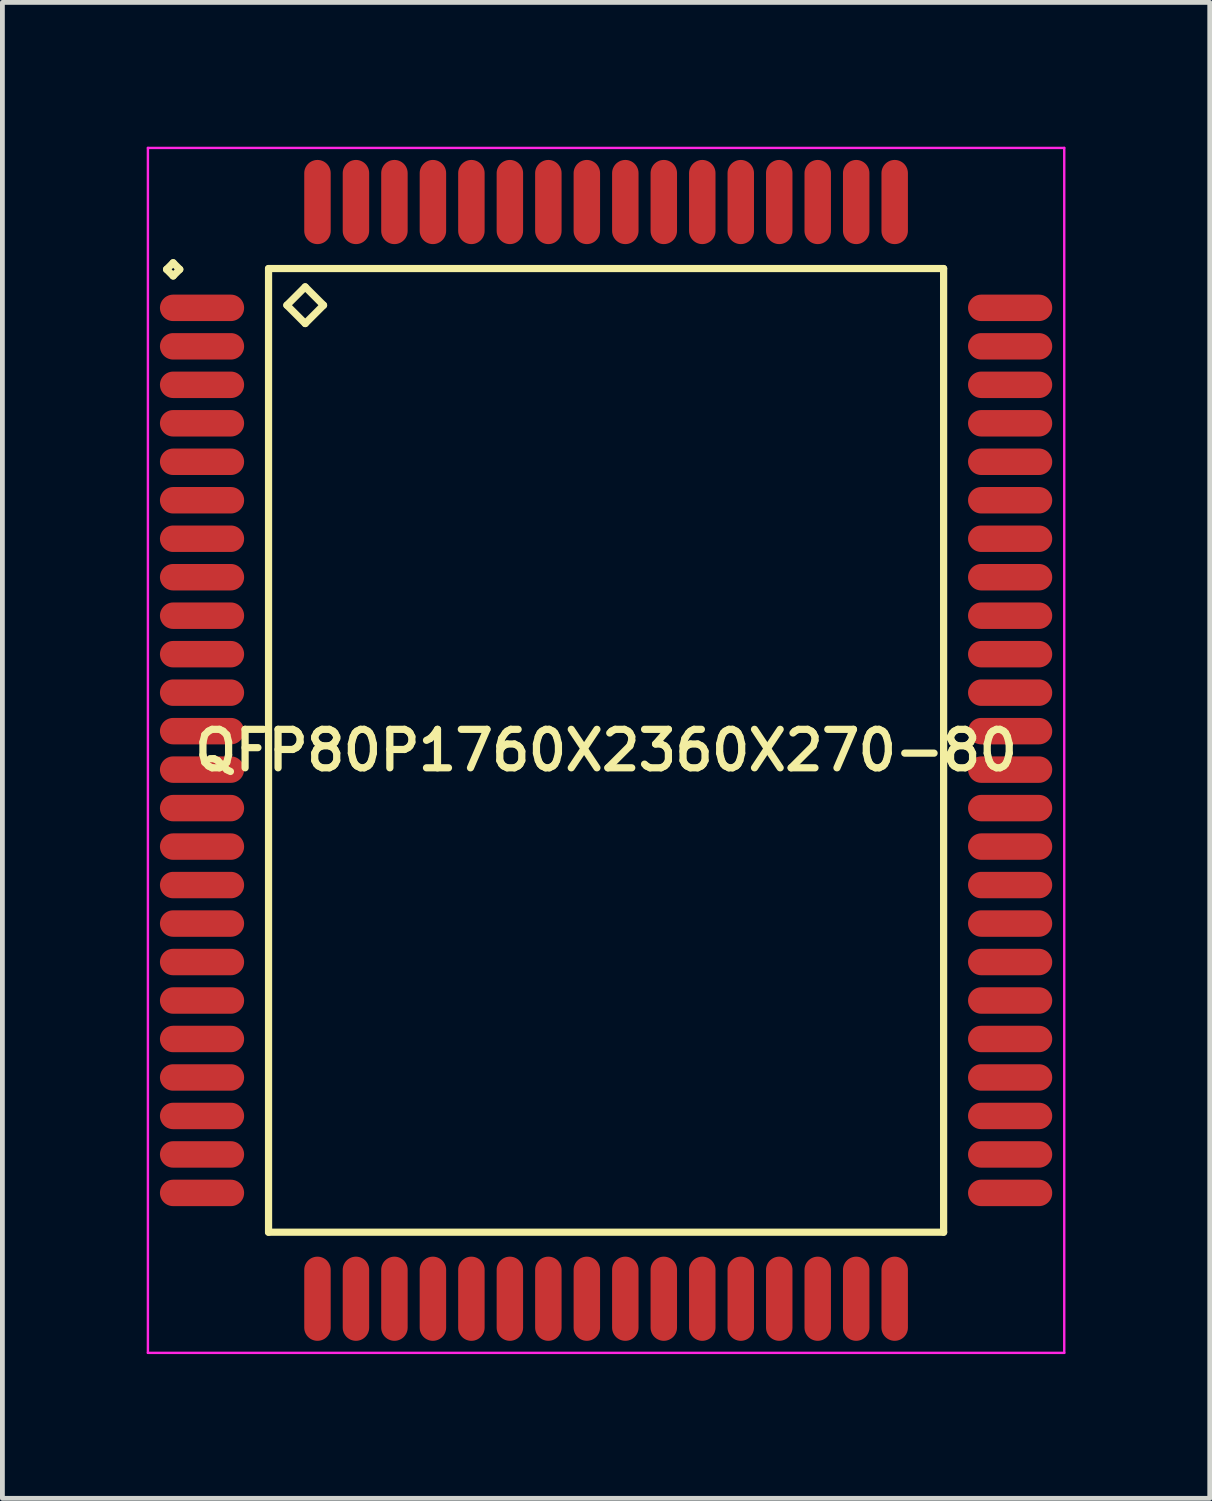
<source format=kicad_pcb>
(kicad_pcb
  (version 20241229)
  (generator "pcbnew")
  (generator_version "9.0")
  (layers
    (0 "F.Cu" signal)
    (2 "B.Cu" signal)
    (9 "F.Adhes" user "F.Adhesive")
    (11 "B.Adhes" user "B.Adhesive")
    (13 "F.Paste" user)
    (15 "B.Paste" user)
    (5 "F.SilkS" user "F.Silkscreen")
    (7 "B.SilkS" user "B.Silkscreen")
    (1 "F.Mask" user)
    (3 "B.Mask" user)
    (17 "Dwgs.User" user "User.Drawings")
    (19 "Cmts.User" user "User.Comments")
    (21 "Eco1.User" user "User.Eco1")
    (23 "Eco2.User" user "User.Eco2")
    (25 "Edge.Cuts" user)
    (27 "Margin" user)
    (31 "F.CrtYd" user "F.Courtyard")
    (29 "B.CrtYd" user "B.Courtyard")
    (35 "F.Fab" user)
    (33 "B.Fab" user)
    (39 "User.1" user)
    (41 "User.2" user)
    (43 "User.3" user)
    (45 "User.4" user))
  (footprint "QFP80P1760X2360X270-80"
    (layer "F.Cu")
    (at 9.55 12.55)
    (property "Reference" "QFP80P1760X2360X270-80" (at 0 0 0) (layer "F.SilkS") (effects (font (size 0.8 0.8) (thickness 0.15))))
    (attr smd)
    (fp_line (start -9.137 -10) (end -9 -10.137) (stroke (width 0.15) (type solid)) (layer "F.SilkS"))
    (fp_line (start -9 -10.137) (end -8.863 -10) (stroke (width 0.15) (type solid)) (layer "F.SilkS"))
    (fp_line (start -9 -9.863) (end -9.137 -10) (stroke (width 0.15) (type solid)) (layer "F.SilkS"))
    (fp_line (start -8.863 -10) (end -9 -9.863) (stroke (width 0.15) (type solid)) (layer "F.SilkS"))
    (fp_line (start -7.017 -10.017) (end -7.017 10.017) (stroke (width 0.15) (type solid)) (layer "F.SilkS"))
    (fp_line (start -7.017 10.017) (end 7.017 10.017) (stroke (width 0.15) (type solid)) (layer "F.SilkS"))
    (fp_line (start -6.636 -9.255) (end -6.255 -9.636) (stroke (width 0.15) (type solid)) (layer "F.SilkS"))
    (fp_line (start -6.255 -9.636) (end -5.874 -9.255) (stroke (width 0.15) (type solid)) (layer "F.SilkS"))
    (fp_line (start -6.255 -8.874) (end -6.636 -9.255) (stroke (width 0.15) (type solid)) (layer "F.SilkS"))
    (fp_line (start -5.874 -9.255) (end -6.255 -8.874) (stroke (width 0.15) (type solid)) (layer "F.SilkS"))
    (fp_line (start 7.017 -10.017) (end -7.017 -10.017) (stroke (width 0.15) (type solid)) (layer "F.SilkS"))
    (fp_line (start 7.017 10.017) (end 7.017 -10.017) (stroke (width 0.15) (type solid)) (layer "F.SilkS"))
    (fp_line (start -9.525 -12.525) (end 9.525 -12.525) (stroke (width 0.05) (type solid)) (layer "F.CrtYd"))
    (fp_line (start -9.525 12.525) (end -9.525 -12.525) (stroke (width 0.05) (type solid)) (layer "F.CrtYd"))
    (fp_line (start 9.525 -12.525) (end 9.525 12.525) (stroke (width 0.05) (type solid)) (layer "F.CrtYd"))
    (fp_line (start 9.525 12.525) (end -9.525 12.525) (stroke (width 0.05) (type solid)) (layer "F.CrtYd"))
    (pad "1" smd oval (at -8.4 -9.2) (size 1.75 0.55) (layers "F.Cu" "F.Mask" "F.Paste"))
    (pad "2" smd oval (at -8.4 -8.4) (size 1.75 0.55) (layers "F.Cu" "F.Mask" "F.Paste"))
    (pad "3" smd oval (at -8.4 -7.6) (size 1.75 0.55) (layers "F.Cu" "F.Mask" "F.Paste"))
    (pad "4" smd oval (at -8.4 -6.8) (size 1.75 0.55) (layers "F.Cu" "F.Mask" "F.Paste"))
    (pad "5" smd oval (at -8.4 -6) (size 1.75 0.55) (layers "F.Cu" "F.Mask" "F.Paste"))
    (pad "6" smd oval (at -8.4 -5.2) (size 1.75 0.55) (layers "F.Cu" "F.Mask" "F.Paste"))
    (pad "7" smd oval (at -8.4 -4.4) (size 1.75 0.55) (layers "F.Cu" "F.Mask" "F.Paste"))
    (pad "8" smd oval (at -8.4 -3.6) (size 1.75 0.55) (layers "F.Cu" "F.Mask" "F.Paste"))
    (pad "9" smd oval (at -8.4 -2.8) (size 1.75 0.55) (layers "F.Cu" "F.Mask" "F.Paste"))
    (pad "10" smd oval (at -8.4 -2) (size 1.75 0.55) (layers "F.Cu" "F.Mask" "F.Paste"))
    (pad "11" smd oval (at -8.4 -1.2) (size 1.75 0.55) (layers "F.Cu" "F.Mask" "F.Paste"))
    (pad "12" smd oval (at -8.4 -0.4) (size 1.75 0.55) (layers "F.Cu" "F.Mask" "F.Paste"))
    (pad "13" smd oval (at -8.4 0.4) (size 1.75 0.55) (layers "F.Cu" "F.Mask" "F.Paste"))
    (pad "14" smd oval (at -8.4 1.2) (size 1.75 0.55) (layers "F.Cu" "F.Mask" "F.Paste"))
    (pad "15" smd oval (at -8.4 2) (size 1.75 0.55) (layers "F.Cu" "F.Mask" "F.Paste"))
    (pad "16" smd oval (at -8.4 2.8) (size 1.75 0.55) (layers "F.Cu" "F.Mask" "F.Paste"))
    (pad "17" smd oval (at -8.4 3.6) (size 1.75 0.55) (layers "F.Cu" "F.Mask" "F.Paste"))
    (pad "18" smd oval (at -8.4 4.4) (size 1.75 0.55) (layers "F.Cu" "F.Mask" "F.Paste"))
    (pad "19" smd oval (at -8.4 5.2) (size 1.75 0.55) (layers "F.Cu" "F.Mask" "F.Paste"))
    (pad "20" smd oval (at -8.4 6) (size 1.75 0.55) (layers "F.Cu" "F.Mask" "F.Paste"))
    (pad "21" smd oval (at -8.4 6.8) (size 1.75 0.55) (layers "F.Cu" "F.Mask" "F.Paste"))
    (pad "22" smd oval (at -8.4 7.6) (size 1.75 0.55) (layers "F.Cu" "F.Mask" "F.Paste"))
    (pad "23" smd oval (at -8.4 8.4) (size 1.75 0.55) (layers "F.Cu" "F.Mask" "F.Paste"))
    (pad "24" smd oval (at -8.4 9.2) (size 1.75 0.55) (layers "F.Cu" "F.Mask" "F.Paste"))
    (pad "25" smd oval (at -6 11.4) (size 0.55 1.75) (layers "F.Cu" "F.Mask" "F.Paste"))
    (pad "26" smd oval (at -5.2 11.4) (size 0.55 1.75) (layers "F.Cu" "F.Mask" "F.Paste"))
    (pad "27" smd oval (at -4.4 11.4) (size 0.55 1.75) (layers "F.Cu" "F.Mask" "F.Paste"))
    (pad "28" smd oval (at -3.6 11.4) (size 0.55 1.75) (layers "F.Cu" "F.Mask" "F.Paste"))
    (pad "29" smd oval (at -2.8 11.4) (size 0.55 1.75) (layers "F.Cu" "F.Mask" "F.Paste"))
    (pad "30" smd oval (at -2 11.4) (size 0.55 1.75) (layers "F.Cu" "F.Mask" "F.Paste"))
    (pad "31" smd oval (at -1.2 11.4) (size 0.55 1.75) (layers "F.Cu" "F.Mask" "F.Paste"))
    (pad "32" smd oval (at -0.4 11.4) (size 0.55 1.75) (layers "F.Cu" "F.Mask" "F.Paste"))
    (pad "33" smd oval (at 0.4 11.4) (size 0.55 1.75) (layers "F.Cu" "F.Mask" "F.Paste"))
    (pad "34" smd oval (at 1.2 11.4) (size 0.55 1.75) (layers "F.Cu" "F.Mask" "F.Paste"))
    (pad "35" smd oval (at 2 11.4) (size 0.55 1.75) (layers "F.Cu" "F.Mask" "F.Paste"))
    (pad "36" smd oval (at 2.8 11.4) (size 0.55 1.75) (layers "F.Cu" "F.Mask" "F.Paste"))
    (pad "37" smd oval (at 3.6 11.4) (size 0.55 1.75) (layers "F.Cu" "F.Mask" "F.Paste"))
    (pad "38" smd oval (at 4.4 11.4) (size 0.55 1.75) (layers "F.Cu" "F.Mask" "F.Paste"))
    (pad "39" smd oval (at 5.2 11.4) (size 0.55 1.75) (layers "F.Cu" "F.Mask" "F.Paste"))
    (pad "40" smd oval (at 6 11.4) (size 0.55 1.75) (layers "F.Cu" "F.Mask" "F.Paste"))
    (pad "41" smd oval (at 8.4 9.2) (size 1.75 0.55) (layers "F.Cu" "F.Mask" "F.Paste"))
    (pad "42" smd oval (at 8.4 8.4) (size 1.75 0.55) (layers "F.Cu" "F.Mask" "F.Paste"))
    (pad "43" smd oval (at 8.4 7.6) (size 1.75 0.55) (layers "F.Cu" "F.Mask" "F.Paste"))
    (pad "44" smd oval (at 8.4 6.8) (size 1.75 0.55) (layers "F.Cu" "F.Mask" "F.Paste"))
    (pad "45" smd oval (at 8.4 6) (size 1.75 0.55) (layers "F.Cu" "F.Mask" "F.Paste"))
    (pad "46" smd oval (at 8.4 5.2) (size 1.75 0.55) (layers "F.Cu" "F.Mask" "F.Paste"))
    (pad "47" smd oval (at 8.4 4.4) (size 1.75 0.55) (layers "F.Cu" "F.Mask" "F.Paste"))
    (pad "48" smd oval (at 8.4 3.6) (size 1.75 0.55) (layers "F.Cu" "F.Mask" "F.Paste"))
    (pad "49" smd oval (at 8.4 2.8) (size 1.75 0.55) (layers "F.Cu" "F.Mask" "F.Paste"))
    (pad "50" smd oval (at 8.4 2) (size 1.75 0.55) (layers "F.Cu" "F.Mask" "F.Paste"))
    (pad "51" smd oval (at 8.4 1.2) (size 1.75 0.55) (layers "F.Cu" "F.Mask" "F.Paste"))
    (pad "52" smd oval (at 8.4 0.4) (size 1.75 0.55) (layers "F.Cu" "F.Mask" "F.Paste"))
    (pad "53" smd oval (at 8.4 -0.4) (size 1.75 0.55) (layers "F.Cu" "F.Mask" "F.Paste"))
    (pad "54" smd oval (at 8.4 -1.2) (size 1.75 0.55) (layers "F.Cu" "F.Mask" "F.Paste"))
    (pad "55" smd oval (at 8.4 -2) (size 1.75 0.55) (layers "F.Cu" "F.Mask" "F.Paste"))
    (pad "56" smd oval (at 8.4 -2.8) (size 1.75 0.55) (layers "F.Cu" "F.Mask" "F.Paste"))
    (pad "57" smd oval (at 8.4 -3.6) (size 1.75 0.55) (layers "F.Cu" "F.Mask" "F.Paste"))
    (pad "58" smd oval (at 8.4 -4.4) (size 1.75 0.55) (layers "F.Cu" "F.Mask" "F.Paste"))
    (pad "59" smd oval (at 8.4 -5.2) (size 1.75 0.55) (layers "F.Cu" "F.Mask" "F.Paste"))
    (pad "60" smd oval (at 8.4 -6) (size 1.75 0.55) (layers "F.Cu" "F.Mask" "F.Paste"))
    (pad "61" smd oval (at 8.4 -6.8) (size 1.75 0.55) (layers "F.Cu" "F.Mask" "F.Paste"))
    (pad "62" smd oval (at 8.4 -7.6) (size 1.75 0.55) (layers "F.Cu" "F.Mask" "F.Paste"))
    (pad "63" smd oval (at 8.4 -8.4) (size 1.75 0.55) (layers "F.Cu" "F.Mask" "F.Paste"))
    (pad "64" smd oval (at 8.4 -9.2) (size 1.75 0.55) (layers "F.Cu" "F.Mask" "F.Paste"))
    (pad "65" smd oval (at 6 -11.4) (size 0.55 1.75) (layers "F.Cu" "F.Mask" "F.Paste"))
    (pad "66" smd oval (at 5.2 -11.4) (size 0.55 1.75) (layers "F.Cu" "F.Mask" "F.Paste"))
    (pad "67" smd oval (at 4.4 -11.4) (size 0.55 1.75) (layers "F.Cu" "F.Mask" "F.Paste"))
    (pad "68" smd oval (at 3.6 -11.4) (size 0.55 1.75) (layers "F.Cu" "F.Mask" "F.Paste"))
    (pad "69" smd oval (at 2.8 -11.4) (size 0.55 1.75) (layers "F.Cu" "F.Mask" "F.Paste"))
    (pad "70" smd oval (at 2 -11.4) (size 0.55 1.75) (layers "F.Cu" "F.Mask" "F.Paste"))
    (pad "71" smd oval (at 1.2 -11.4) (size 0.55 1.75) (layers "F.Cu" "F.Mask" "F.Paste"))
    (pad "72" smd oval (at 0.4 -11.4) (size 0.55 1.75) (layers "F.Cu" "F.Mask" "F.Paste"))
    (pad "73" smd oval (at -0.4 -11.4) (size 0.55 1.75) (layers "F.Cu" "F.Mask" "F.Paste"))
    (pad "74" smd oval (at -1.2 -11.4) (size 0.55 1.75) (layers "F.Cu" "F.Mask" "F.Paste"))
    (pad "75" smd oval (at -2 -11.4) (size 0.55 1.75) (layers "F.Cu" "F.Mask" "F.Paste"))
    (pad "76" smd oval (at -2.8 -11.4) (size 0.55 1.75) (layers "F.Cu" "F.Mask" "F.Paste"))
    (pad "77" smd oval (at -3.6 -11.4) (size 0.55 1.75) (layers "F.Cu" "F.Mask" "F.Paste"))
    (pad "78" smd oval (at -4.4 -11.4) (size 0.55 1.75) (layers "F.Cu" "F.Mask" "F.Paste"))
    (pad "79" smd oval (at -5.2 -11.4) (size 0.55 1.75) (layers "F.Cu" "F.Mask" "F.Paste"))
    (pad "80" smd oval (at -6 -11.4) (size 0.55 1.75) (layers "F.Cu" "F.Mask" "F.Paste")))
  (gr_rect
    (start -3 -3)
    (end 22.1 28.1)
    (stroke (width 0.1) (type default))
    (fill no)
    (layer "Edge.Cuts")))
</source>
